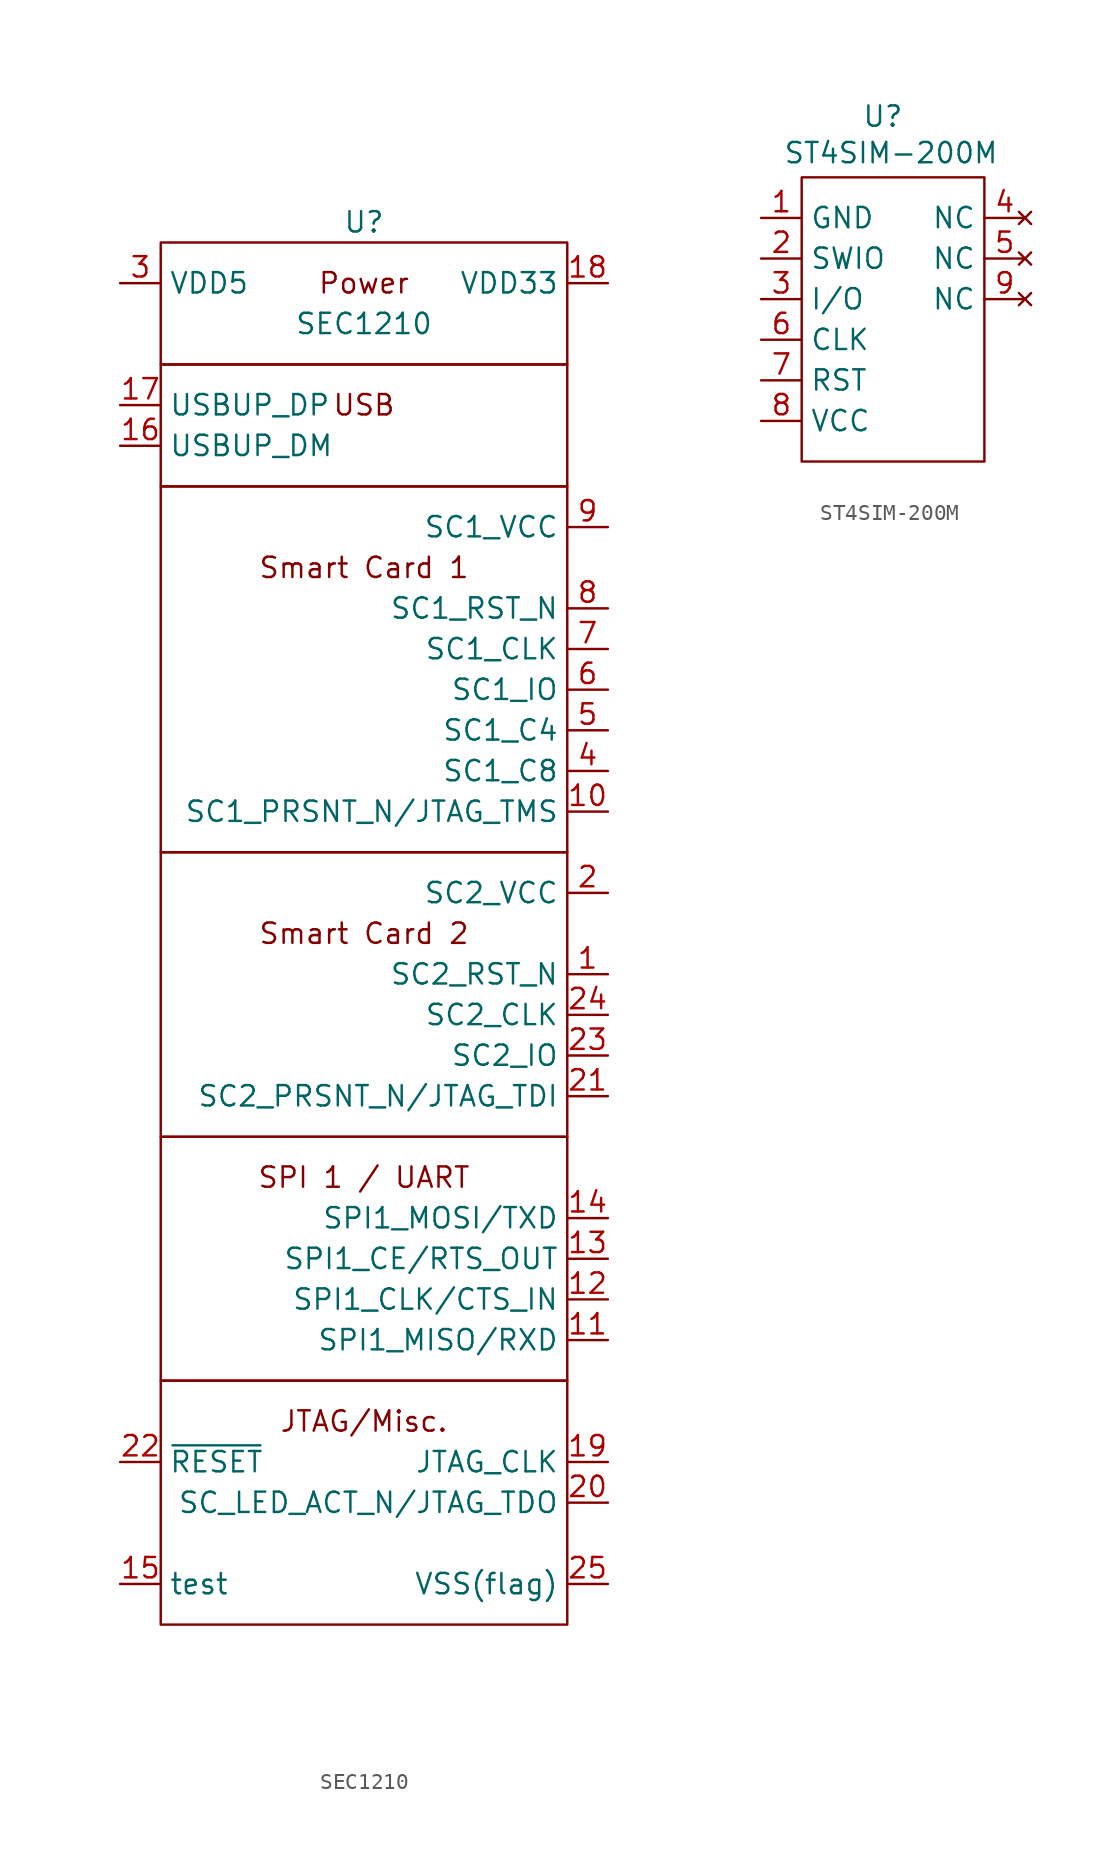
<source format=kicad_sym>
(kicad_symbol_lib
  (version 20231120)
  (generator "kicad_symbol_editor")
  (generator_version "8.0")
  (symbol "SEC1210"
    (property "Reference" "U"
      (at 0 1.27 0)
      (effects (font (size 1.27 1.27))))
    (property "Value" "SEC1210"
      (at 0 -5.08 0)
      (effects (font (size 1.27 1.27))))
    (symbol "SEC1210_0_0"
      (rectangle (start -12.7 -71.12) (end 12.7 -86.36) (stroke (width 0) (type default)) (fill (type none)))
      (rectangle (start -12.7 -55.88) (end 12.7 -71.12) (stroke (width 0) (type default)) (fill (type none)))
      (rectangle (start -12.7 -38.1) (end 12.7 -55.88) (stroke (width 0) (type default)) (fill (type none)))
      (rectangle (start -12.7 -15.24) (end 12.7 -38.1) (stroke (width 0) (type default)) (fill (type none)))
      (rectangle (start -12.7 -7.62) (end 12.7 -15.24) (stroke (width 0) (type default)) (fill (type none)))
      (rectangle (start -12.7 0) (end 12.7 -7.62) (stroke (width 0) (type default)) (fill (type none)))
      (text "JTAG/Misc." (at 0 -73.66 0) (effects (font (size 1.27 1.27))))
      (text "Power" (at 0 -2.54 0) (effects (font (size 1.27 1.27))))
      (text "Smart Card 1" (at 0 -20.32 0) (effects (font (size 1.27 1.27))))
      (text "Smart Card 2" (at 0 -43.18 0) (effects (font (size 1.27 1.27))))
      (text "SPI 1 / UART" (at 0 -58.42 0) (effects (font (size 1.27 1.27))))
      (text "USB" (at 0 -10.16 0) (effects (font (size 1.27 1.27)))))
    (symbol "SEC1210_1_1"
      (pin passive line (at 15.24 -45.72 180) (length 2.54) (name "SC2_RST_N" (effects (font (size 1.27 1.27)))) (number "1" (effects (font (size 1.27 1.27)))))
      (pin passive line (at 15.24 -35.56 180) (length 2.54) (name "SC1_PRSNT_N/JTAG_TMS" (effects (font (size 1.27 1.27)))) (number "10" (effects (font (size 1.27 1.27)))))
      (pin passive line (at 15.24 -68.58 180) (length 2.54) (name "SPI1_MISO/RXD" (effects (font (size 1.27 1.27)))) (number "11" (effects (font (size 1.27 1.27)))))
      (pin passive line (at 15.24 -66.04 180) (length 2.54) (name "SPI1_CLK/CTS_IN" (effects (font (size 1.27 1.27)))) (number "12" (effects (font (size 1.27 1.27)))))
      (pin passive line (at 15.24 -63.5 180) (length 2.54) (name "SPI1_CE/RTS_OUT" (effects (font (size 1.27 1.27)))) (number "13" (effects (font (size 1.27 1.27)))))
      (pin passive line (at 15.24 -60.96 180) (length 2.54) (name "SPI1_MOSI/TXD" (effects (font (size 1.27 1.27)))) (number "14" (effects (font (size 1.27 1.27)))))
      (pin input line (at -15.24 -83.82 0) (length 2.54) (name "test" (effects (font (size 1.27 1.27)))) (number "15" (effects (font (size 1.27 1.27)))))
      (pin passive line (at -15.24 -12.7 0) (length 2.54) (name "USBUP_DM" (effects (font (size 1.27 1.27)))) (number "16" (effects (font (size 1.27 1.27)))))
      (pin passive line (at -15.24 -10.16 0) (length 2.54) (name "USBUP_DP" (effects (font (size 1.27 1.27)))) (number "17" (effects (font (size 1.27 1.27)))))
      (pin power_out line (at 15.24 -2.54 180) (length 2.54) (name "VDD33" (effects (font (size 1.27 1.27)))) (number "18" (effects (font (size 1.27 1.27)))))
      (pin passive line (at 15.24 -76.2 180) (length 2.54) (name "JTAG_CLK" (effects (font (size 1.27 1.27)))) (number "19" (effects (font (size 1.27 1.27)))))
      (pin power_out line (at 15.24 -40.64 180) (length 2.54) (name "SC2_VCC" (effects (font (size 1.27 1.27)))) (number "2" (effects (font (size 1.27 1.27)))))
      (pin passive line (at 15.24 -78.74 180) (length 2.54) (name "SC_LED_ACT_N/JTAG_TDO" (effects (font (size 1.27 1.27)))) (number "20" (effects (font (size 1.27 1.27)))))
      (pin passive line (at 15.24 -53.34 180) (length 2.54) (name "SC2_PRSNT_N/JTAG_TDI" (effects (font (size 1.27 1.27)))) (number "21" (effects (font (size 1.27 1.27)))))
      (pin passive line (at -15.24 -76.2 0) (length 2.54) (name "~{RESET}" (effects (font (size 1.27 1.27)))) (number "22" (effects (font (size 1.27 1.27)))))
      (pin passive line (at 15.24 -50.8 180) (length 2.54) (name "SC2_IO" (effects (font (size 1.27 1.27)))) (number "23" (effects (font (size 1.27 1.27)))))
      (pin passive line (at 15.24 -48.26 180) (length 2.54) (name "SC2_CLK" (effects (font (size 1.27 1.27)))) (number "24" (effects (font (size 1.27 1.27)))))
      (pin power_in line (at 15.24 -83.82 180) (length 2.54) (name "VSS(flag)" (effects (font (size 1.27 1.27)))) (number "25" (effects (font (size 1.27 1.27)))))
      (pin power_in line (at -15.24 -2.54 0) (length 2.54) (name "VDD5" (effects (font (size 1.27 1.27)))) (number "3" (effects (font (size 1.27 1.27)))))
      (pin passive line (at 15.24 -33.02 180) (length 2.54) (name "SC1_C8" (effects (font (size 1.27 1.27)))) (number "4" (effects (font (size 1.27 1.27)))))
      (pin passive line (at 15.24 -30.48 180) (length 2.54) (name "SC1_C4" (effects (font (size 1.27 1.27)))) (number "5" (effects (font (size 1.27 1.27)))))
      (pin passive line (at 15.24 -27.94 180) (length 2.54) (name "SC1_IO" (effects (font (size 1.27 1.27)))) (number "6" (effects (font (size 1.27 1.27)))))
      (pin passive line (at 15.24 -25.4 180) (length 2.54) (name "SC1_CLK" (effects (font (size 1.27 1.27)))) (number "7" (effects (font (size 1.27 1.27)))))
      (pin passive line (at 15.24 -22.86 180) (length 2.54) (name "SC1_RST_N" (effects (font (size 1.27 1.27)))) (number "8" (effects (font (size 1.27 1.27)))))
      (pin power_out line (at 15.24 -17.78 180) (length 2.54) (name "SC1_VCC" (effects (font (size 1.27 1.27)))) (number "9" (effects (font (size 1.27 1.27)))))))
  (symbol "ST4SIM-200M"
    (property "Reference" "U"
      (at 0 0 0)
      (effects (font (size 1.27 1.27))))
    (property "Value" "ST4SIM-200M"
      (at 0.508 -2.286 0)
      (effects (font (size 1.27 1.27))))
    (symbol "ST4SIM-200M_0_1"
      (rectangle (start -5.08 -3.81) (end 6.35 -21.59) (stroke (width 0) (type default)) (fill (type none))))
    (symbol "ST4SIM-200M_1_1"
      (pin passive line (at -7.62 -6.35 0) (length 2.54) (name "GND" (effects (font (size 1.27 1.27)))) (number "1" (effects (font (size 1.27 1.27)))))
      (pin bidirectional line (at -7.62 -8.89 0) (length 2.54) (name "SWIO" (effects (font (size 1.27 1.27)))) (number "2" (effects (font (size 1.27 1.27)))))
      (pin bidirectional line (at -7.62 -11.43 0) (length 2.54) (name "I/O" (effects (font (size 1.27 1.27)))) (number "3" (effects (font (size 1.27 1.27)))))
      (pin no_connect line (at 8.89 -6.35 180) (length 2.54) (name "NC" (effects (font (size 1.27 1.27)))) (number "4" (effects (font (size 1.27 1.27)))))
      (pin no_connect line (at 8.89 -8.89 180) (length 2.54) (name "NC" (effects (font (size 1.27 1.27)))) (number "5" (effects (font (size 1.27 1.27)))))
      (pin input line (at -7.62 -13.97 0) (length 2.54) (name "CLK" (effects (font (size 1.27 1.27)))) (number "6" (effects (font (size 1.27 1.27)))))
      (pin input line (at -7.62 -16.51 0) (length 2.54) (name "RST" (effects (font (size 1.27 1.27)))) (number "7" (effects (font (size 1.27 1.27)))))
      (pin power_in line (at -7.62 -19.05 0) (length 2.54) (name "VCC" (effects (font (size 1.27 1.27)))) (number "8" (effects (font (size 1.27 1.27)))))
      (pin no_connect line (at 8.89 -11.43 180) (length 2.54) (name "NC" (effects (font (size 1.27 1.27)))) (number "9" (effects (font (size 1.27 1.27))))))))
</source>
